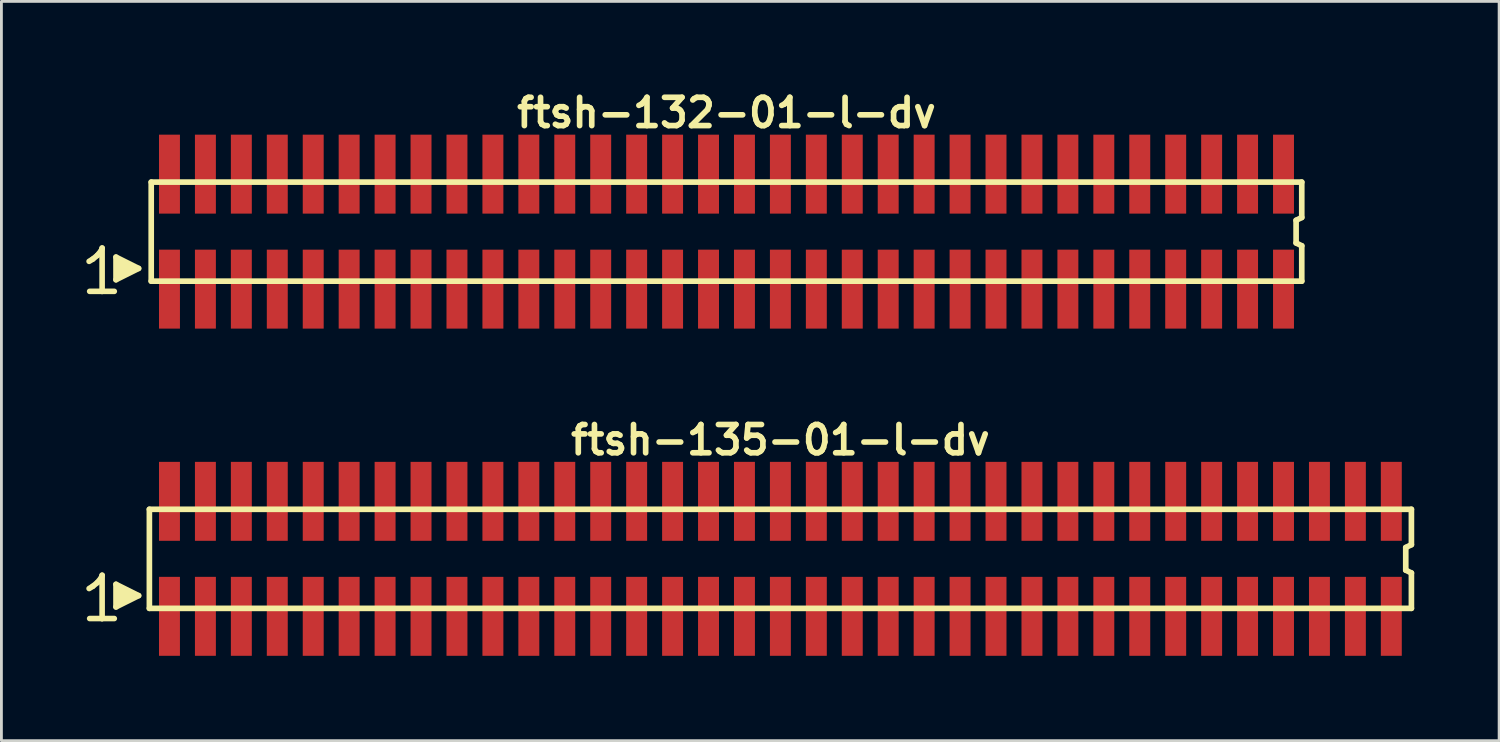
<source format=kicad_pcb>
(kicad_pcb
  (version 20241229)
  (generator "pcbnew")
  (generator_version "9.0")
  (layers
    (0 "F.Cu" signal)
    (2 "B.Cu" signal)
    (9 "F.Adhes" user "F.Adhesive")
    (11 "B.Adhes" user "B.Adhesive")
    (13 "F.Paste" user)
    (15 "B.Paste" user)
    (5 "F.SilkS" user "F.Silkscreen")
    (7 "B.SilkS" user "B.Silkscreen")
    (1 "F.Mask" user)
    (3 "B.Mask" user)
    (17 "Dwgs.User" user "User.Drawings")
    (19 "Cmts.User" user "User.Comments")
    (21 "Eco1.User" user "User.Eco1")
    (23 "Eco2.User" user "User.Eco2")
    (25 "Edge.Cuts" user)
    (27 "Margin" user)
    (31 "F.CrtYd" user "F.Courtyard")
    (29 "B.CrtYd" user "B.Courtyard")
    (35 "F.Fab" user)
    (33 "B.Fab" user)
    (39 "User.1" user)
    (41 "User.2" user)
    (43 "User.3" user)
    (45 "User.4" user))
  (footprint "ftsh-132-01-l-dv"
    (layer "F.Cu")
    (at 22.624 5.136)
    (property "Reference" "ftsh-132-01-l-dv" (at 0 -4.2 0) (layer "F.SilkS") (effects (font (size 1 1) (thickness 0.2))))
    (attr through_hole)
    (fp_line (start -22.525 1.05) (end -22.395 0.97) (stroke (width 0.198) (type solid)) (layer "F.SilkS"))
    (fp_line (start -22.395 0.97) (end -22.235 0.84) (stroke (width 0.198) (type solid)) (layer "F.SilkS"))
    (fp_line (start -22.235 0.84) (end -22.095 0.67) (stroke (width 0.198) (type solid)) (layer "F.SilkS"))
    (fp_line (start -22.095 0.67) (end -22.065 0.58) (stroke (width 0.198) (type solid)) (layer "F.SilkS"))
    (fp_line (start -22.065 0.58) (end -22.065 2.11) (stroke (width 0.198) (type solid)) (layer "F.SilkS"))
    (fp_line (start -22.065 2.11) (end -22.505 2.11) (stroke (width 0.198) (type solid)) (layer "F.SilkS"))
    (fp_line (start -21.635 2.11) (end -22.075 2.11) (stroke (width 0.198) (type solid)) (layer "F.SilkS"))
    (fp_line (start -21.575 0.9) (end -20.775 1.3) (stroke (width 0.198) (type solid)) (layer "F.SilkS"))
    (fp_line (start -21.575 1.7) (end -21.575 0.9) (stroke (width 0.198) (type solid)) (layer "F.SilkS"))
    (fp_line (start -21.475 1.6) (end -21.475 1) (stroke (width 0.198) (type solid)) (layer "F.SilkS"))
    (fp_line (start -21.375 1.1) (end -21.375 1.5) (stroke (width 0.198) (type solid)) (layer "F.SilkS"))
    (fp_line (start -21.275 1.5) (end -21.275 1.1) (stroke (width 0.198) (type solid)) (layer "F.SilkS"))
    (fp_line (start -21.175 1.2) (end -21.175 1.4) (stroke (width 0.198) (type solid)) (layer "F.SilkS"))
    (fp_line (start -21.075 1.4) (end -21.075 1.2) (stroke (width 0.198) (type solid)) (layer "F.SilkS"))
    (fp_line (start -20.775 1.3) (end -21.575 1.7) (stroke (width 0.198) (type solid)) (layer "F.SilkS"))
    (fp_line (start -20.33 -1.75) (end -20.33 1.75) (stroke (width 0.2) (type solid)) (layer "F.SilkS"))
    (fp_line (start -20.33 -1.75) (end 20.33 -1.75) (stroke (width 0.2) (type solid)) (layer "F.SilkS"))
    (fp_line (start -20.33 1.75) (end 20.33 1.75) (stroke (width 0.2) (type solid)) (layer "F.SilkS"))
    (fp_line (start 20.13 -0.4) (end 20.13 0.4) (stroke (width 0.2) (type solid)) (layer "F.SilkS"))
    (fp_line (start 20.13 0.4) (end 20.33 0.5) (stroke (width 0.2) (type solid)) (layer "F.SilkS"))
    (fp_line (start 20.33 -0.5) (end 20.13 -0.4) (stroke (width 0.2) (type solid)) (layer "F.SilkS"))
    (fp_line (start 20.33 -0.5) (end 20.33 -1.75) (stroke (width 0.2) (type solid)) (layer "F.SilkS"))
    (fp_line (start 20.33 0.5) (end 20.33 1.75) (stroke (width 0.2) (type solid)) (layer "F.SilkS"))
    (pad "1" smd rect (at -19.685 2.032) (size 0.74 2.79) (layers "F.Cu" "F.Mask" "F.Paste"))
    (pad "2" smd rect (at -19.685 -2.032) (size 0.74 2.79) (layers "F.Cu" "F.Mask" "F.Paste"))
    (pad "3" smd rect (at -18.415 2.032) (size 0.74 2.79) (layers "F.Cu" "F.Mask" "F.Paste"))
    (pad "4" smd rect (at -18.415 -2.032) (size 0.74 2.79) (layers "F.Cu" "F.Mask" "F.Paste"))
    (pad "5" smd rect (at -17.145 2.032) (size 0.74 2.79) (layers "F.Cu" "F.Mask" "F.Paste"))
    (pad "6" smd rect (at -17.145 -2.032) (size 0.74 2.79) (layers "F.Cu" "F.Mask" "F.Paste"))
    (pad "7" smd rect (at -15.875 2.032) (size 0.74 2.79) (layers "F.Cu" "F.Mask" "F.Paste"))
    (pad "8" smd rect (at -15.875 -2.032) (size 0.74 2.79) (layers "F.Cu" "F.Mask" "F.Paste"))
    (pad "9" smd rect (at -14.605 2.032) (size 0.74 2.79) (layers "F.Cu" "F.Mask" "F.Paste"))
    (pad "10" smd rect (at -14.605 -2.032) (size 0.74 2.79) (layers "F.Cu" "F.Mask" "F.Paste"))
    (pad "11" smd rect (at -13.335 2.032) (size 0.74 2.79) (layers "F.Cu" "F.Mask" "F.Paste"))
    (pad "12" smd rect (at -13.335 -2.032) (size 0.74 2.79) (layers "F.Cu" "F.Mask" "F.Paste"))
    (pad "13" smd rect (at -12.065 2.032) (size 0.74 2.79) (layers "F.Cu" "F.Mask" "F.Paste"))
    (pad "14" smd rect (at -12.065 -2.032) (size 0.74 2.79) (layers "F.Cu" "F.Mask" "F.Paste"))
    (pad "15" smd rect (at -10.795 2.032) (size 0.74 2.79) (layers "F.Cu" "F.Mask" "F.Paste"))
    (pad "16" smd rect (at -10.795 -2.032) (size 0.74 2.79) (layers "F.Cu" "F.Mask" "F.Paste"))
    (pad "17" smd rect (at -9.525 2.032) (size 0.74 2.79) (layers "F.Cu" "F.Mask" "F.Paste"))
    (pad "18" smd rect (at -9.525 -2.032) (size 0.74 2.79) (layers "F.Cu" "F.Mask" "F.Paste"))
    (pad "19" smd rect (at -8.255 2.032) (size 0.74 2.79) (layers "F.Cu" "F.Mask" "F.Paste"))
    (pad "20" smd rect (at -8.255 -2.032) (size 0.74 2.79) (layers "F.Cu" "F.Mask" "F.Paste"))
    (pad "21" smd rect (at -6.985 2.032) (size 0.74 2.79) (layers "F.Cu" "F.Mask" "F.Paste"))
    (pad "22" smd rect (at -6.985 -2.032) (size 0.74 2.79) (layers "F.Cu" "F.Mask" "F.Paste"))
    (pad "23" smd rect (at -5.715 2.032) (size 0.74 2.79) (layers "F.Cu" "F.Mask" "F.Paste"))
    (pad "24" smd rect (at -5.715 -2.032) (size 0.74 2.79) (layers "F.Cu" "F.Mask" "F.Paste"))
    (pad "25" smd rect (at -4.445 2.032) (size 0.74 2.79) (layers "F.Cu" "F.Mask" "F.Paste"))
    (pad "26" smd rect (at -4.445 -2.032) (size 0.74 2.79) (layers "F.Cu" "F.Mask" "F.Paste"))
    (pad "27" smd rect (at -3.175 2.032) (size 0.74 2.79) (layers "F.Cu" "F.Mask" "F.Paste"))
    (pad "28" smd rect (at -3.175 -2.032) (size 0.74 2.79) (layers "F.Cu" "F.Mask" "F.Paste"))
    (pad "29" smd rect (at -1.905 2.032) (size 0.74 2.79) (layers "F.Cu" "F.Mask" "F.Paste"))
    (pad "30" smd rect (at -1.905 -2.032) (size 0.74 2.79) (layers "F.Cu" "F.Mask" "F.Paste"))
    (pad "31" smd rect (at -0.635 2.032) (size 0.74 2.79) (layers "F.Cu" "F.Mask" "F.Paste"))
    (pad "32" smd rect (at -0.635 -2.032) (size 0.74 2.79) (layers "F.Cu" "F.Mask" "F.Paste"))
    (pad "33" smd rect (at 0.635 2.032) (size 0.74 2.79) (layers "F.Cu" "F.Mask" "F.Paste"))
    (pad "34" smd rect (at 0.635 -2.032) (size 0.74 2.79) (layers "F.Cu" "F.Mask" "F.Paste"))
    (pad "35" smd rect (at 1.905 2.032) (size 0.74 2.79) (layers "F.Cu" "F.Mask" "F.Paste"))
    (pad "36" smd rect (at 1.905 -2.032) (size 0.74 2.79) (layers "F.Cu" "F.Mask" "F.Paste"))
    (pad "37" smd rect (at 3.175 2.032) (size 0.74 2.79) (layers "F.Cu" "F.Mask" "F.Paste"))
    (pad "38" smd rect (at 3.175 -2.032) (size 0.74 2.79) (layers "F.Cu" "F.Mask" "F.Paste"))
    (pad "39" smd rect (at 4.445 2.032) (size 0.74 2.79) (layers "F.Cu" "F.Mask" "F.Paste"))
    (pad "40" smd rect (at 4.445 -2.032) (size 0.74 2.79) (layers "F.Cu" "F.Mask" "F.Paste"))
    (pad "41" smd rect (at 5.715 2.032) (size 0.74 2.79) (layers "F.Cu" "F.Mask" "F.Paste"))
    (pad "42" smd rect (at 5.715 -2.032) (size 0.74 2.79) (layers "F.Cu" "F.Mask" "F.Paste"))
    (pad "43" smd rect (at 6.985 2.032) (size 0.74 2.79) (layers "F.Cu" "F.Mask" "F.Paste"))
    (pad "44" smd rect (at 6.985 -2.032) (size 0.74 2.79) (layers "F.Cu" "F.Mask" "F.Paste"))
    (pad "45" smd rect (at 8.255 2.032) (size 0.74 2.79) (layers "F.Cu" "F.Mask" "F.Paste"))
    (pad "46" smd rect (at 8.255 -2.032) (size 0.74 2.79) (layers "F.Cu" "F.Mask" "F.Paste"))
    (pad "47" smd rect (at 9.525 2.032) (size 0.74 2.79) (layers "F.Cu" "F.Mask" "F.Paste"))
    (pad "48" smd rect (at 9.525 -2.032) (size 0.74 2.79) (layers "F.Cu" "F.Mask" "F.Paste"))
    (pad "49" smd rect (at 10.795 2.032) (size 0.74 2.79) (layers "F.Cu" "F.Mask" "F.Paste"))
    (pad "50" smd rect (at 10.795 -2.032) (size 0.74 2.79) (layers "F.Cu" "F.Mask" "F.Paste"))
    (pad "51" smd rect (at 12.065 2.032) (size 0.74 2.79) (layers "F.Cu" "F.Mask" "F.Paste"))
    (pad "52" smd rect (at 12.065 -2.032) (size 0.74 2.79) (layers "F.Cu" "F.Mask" "F.Paste"))
    (pad "53" smd rect (at 13.335 2.032) (size 0.74 2.79) (layers "F.Cu" "F.Mask" "F.Paste"))
    (pad "54" smd rect (at 13.335 -2.032) (size 0.74 2.79) (layers "F.Cu" "F.Mask" "F.Paste"))
    (pad "55" smd rect (at 14.605 2.032) (size 0.74 2.79) (layers "F.Cu" "F.Mask" "F.Paste"))
    (pad "56" smd rect (at 14.605 -2.032) (size 0.74 2.79) (layers "F.Cu" "F.Mask" "F.Paste"))
    (pad "57" smd rect (at 15.875 2.032) (size 0.74 2.79) (layers "F.Cu" "F.Mask" "F.Paste"))
    (pad "58" smd rect (at 15.875 -2.032) (size 0.74 2.79) (layers "F.Cu" "F.Mask" "F.Paste"))
    (pad "59" smd rect (at 17.145 2.032) (size 0.74 2.79) (layers "F.Cu" "F.Mask" "F.Paste"))
    (pad "60" smd rect (at 17.145 -2.032) (size 0.74 2.79) (layers "F.Cu" "F.Mask" "F.Paste"))
    (pad "61" smd rect (at 18.415 2.032) (size 0.74 2.79) (layers "F.Cu" "F.Mask" "F.Paste"))
    (pad "62" smd rect (at 18.415 -2.032) (size 0.74 2.79) (layers "F.Cu" "F.Mask" "F.Paste"))
    (pad "63" smd rect (at 19.685 2.032) (size 0.74 2.79) (layers "F.Cu" "F.Mask" "F.Paste"))
    (pad "64" smd rect (at 19.685 -2.032) (size 0.74 2.79) (layers "F.Cu" "F.Mask" "F.Paste")))
  (footprint "ftsh-135-01-l-dv"
    (layer "F.Cu")
    (at 24.529 16.699)
    (property "Reference" "ftsh-135-01-l-dv" (at 0 -4.2 0) (layer "F.SilkS") (effects (font (size 1 1) (thickness 0.2))))
    (attr through_hole)
    (fp_line (start -24.43 1.05) (end -24.3 0.97) (stroke (width 0.198) (type solid)) (layer "F.SilkS"))
    (fp_line (start -24.3 0.97) (end -24.14 0.84) (stroke (width 0.198) (type solid)) (layer "F.SilkS"))
    (fp_line (start -24.14 0.84) (end -24 0.67) (stroke (width 0.198) (type solid)) (layer "F.SilkS"))
    (fp_line (start -24 0.67) (end -23.97 0.58) (stroke (width 0.198) (type solid)) (layer "F.SilkS"))
    (fp_line (start -23.97 0.58) (end -23.97 2.11) (stroke (width 0.198) (type solid)) (layer "F.SilkS"))
    (fp_line (start -23.97 2.11) (end -24.41 2.11) (stroke (width 0.198) (type solid)) (layer "F.SilkS"))
    (fp_line (start -23.54 2.11) (end -23.98 2.11) (stroke (width 0.198) (type solid)) (layer "F.SilkS"))
    (fp_line (start -23.48 0.9) (end -22.68 1.3) (stroke (width 0.198) (type solid)) (layer "F.SilkS"))
    (fp_line (start -23.48 1.7) (end -23.48 0.9) (stroke (width 0.198) (type solid)) (layer "F.SilkS"))
    (fp_line (start -23.38 1.6) (end -23.38 1) (stroke (width 0.198) (type solid)) (layer "F.SilkS"))
    (fp_line (start -23.28 1.1) (end -23.28 1.5) (stroke (width 0.198) (type solid)) (layer "F.SilkS"))
    (fp_line (start -23.18 1.5) (end -23.18 1.1) (stroke (width 0.198) (type solid)) (layer "F.SilkS"))
    (fp_line (start -23.08 1.2) (end -23.08 1.4) (stroke (width 0.198) (type solid)) (layer "F.SilkS"))
    (fp_line (start -22.98 1.4) (end -22.98 1.2) (stroke (width 0.198) (type solid)) (layer "F.SilkS"))
    (fp_line (start -22.68 1.3) (end -23.48 1.7) (stroke (width 0.198) (type solid)) (layer "F.SilkS"))
    (fp_line (start -22.3 -1.75) (end -22.3 1.75) (stroke (width 0.2) (type solid)) (layer "F.SilkS"))
    (fp_line (start -22.3 -1.75) (end 22.3 -1.75) (stroke (width 0.2) (type solid)) (layer "F.SilkS"))
    (fp_line (start -22.3 1.75) (end 22.3 1.75) (stroke (width 0.2) (type solid)) (layer "F.SilkS"))
    (fp_line (start 22.1 -0.4) (end 22.1 0.4) (stroke (width 0.2) (type solid)) (layer "F.SilkS"))
    (fp_line (start 22.1 0.4) (end 22.3 0.5) (stroke (width 0.2) (type solid)) (layer "F.SilkS"))
    (fp_line (start 22.3 -0.5) (end 22.1 -0.4) (stroke (width 0.2) (type solid)) (layer "F.SilkS"))
    (fp_line (start 22.3 -0.5) (end 22.3 -1.75) (stroke (width 0.2) (type solid)) (layer "F.SilkS"))
    (fp_line (start 22.3 0.5) (end 22.3 1.75) (stroke (width 0.2) (type solid)) (layer "F.SilkS"))
    (pad "1" smd rect (at -21.59 2.032) (size 0.74 2.79) (layers "F.Cu" "F.Mask" "F.Paste"))
    (pad "2" smd rect (at -21.59 -2.032) (size 0.74 2.79) (layers "F.Cu" "F.Mask" "F.Paste"))
    (pad "3" smd rect (at -20.32 2.032) (size 0.74 2.79) (layers "F.Cu" "F.Mask" "F.Paste"))
    (pad "4" smd rect (at -20.32 -2.032) (size 0.74 2.79) (layers "F.Cu" "F.Mask" "F.Paste"))
    (pad "5" smd rect (at -19.05 2.032) (size 0.74 2.79) (layers "F.Cu" "F.Mask" "F.Paste"))
    (pad "6" smd rect (at -19.05 -2.032) (size 0.74 2.79) (layers "F.Cu" "F.Mask" "F.Paste"))
    (pad "7" smd rect (at -17.78 2.032) (size 0.74 2.79) (layers "F.Cu" "F.Mask" "F.Paste"))
    (pad "8" smd rect (at -17.78 -2.032) (size 0.74 2.79) (layers "F.Cu" "F.Mask" "F.Paste"))
    (pad "9" smd rect (at -16.51 2.032) (size 0.74 2.79) (layers "F.Cu" "F.Mask" "F.Paste"))
    (pad "10" smd rect (at -16.51 -2.032) (size 0.74 2.79) (layers "F.Cu" "F.Mask" "F.Paste"))
    (pad "11" smd rect (at -15.24 2.032) (size 0.74 2.79) (layers "F.Cu" "F.Mask" "F.Paste"))
    (pad "12" smd rect (at -15.24 -2.032) (size 0.74 2.79) (layers "F.Cu" "F.Mask" "F.Paste"))
    (pad "13" smd rect (at -13.97 2.032) (size 0.74 2.79) (layers "F.Cu" "F.Mask" "F.Paste"))
    (pad "14" smd rect (at -13.97 -2.032) (size 0.74 2.79) (layers "F.Cu" "F.Mask" "F.Paste"))
    (pad "15" smd rect (at -12.7 2.032) (size 0.74 2.79) (layers "F.Cu" "F.Mask" "F.Paste"))
    (pad "16" smd rect (at -12.7 -2.032) (size 0.74 2.79) (layers "F.Cu" "F.Mask" "F.Paste"))
    (pad "17" smd rect (at -11.43 2.032) (size 0.74 2.79) (layers "F.Cu" "F.Mask" "F.Paste"))
    (pad "18" smd rect (at -11.43 -2.032) (size 0.74 2.79) (layers "F.Cu" "F.Mask" "F.Paste"))
    (pad "19" smd rect (at -10.16 2.032) (size 0.74 2.79) (layers "F.Cu" "F.Mask" "F.Paste"))
    (pad "20" smd rect (at -10.16 -2.032) (size 0.74 2.79) (layers "F.Cu" "F.Mask" "F.Paste"))
    (pad "21" smd rect (at -8.89 2.032) (size 0.74 2.79) (layers "F.Cu" "F.Mask" "F.Paste"))
    (pad "22" smd rect (at -8.89 -2.032) (size 0.74 2.79) (layers "F.Cu" "F.Mask" "F.Paste"))
    (pad "23" smd rect (at -7.62 2.032) (size 0.74 2.79) (layers "F.Cu" "F.Mask" "F.Paste"))
    (pad "24" smd rect (at -7.62 -2.032) (size 0.74 2.79) (layers "F.Cu" "F.Mask" "F.Paste"))
    (pad "25" smd rect (at -6.35 2.032) (size 0.74 2.79) (layers "F.Cu" "F.Mask" "F.Paste"))
    (pad "26" smd rect (at -6.35 -2.032) (size 0.74 2.79) (layers "F.Cu" "F.Mask" "F.Paste"))
    (pad "27" smd rect (at -5.08 2.032) (size 0.74 2.79) (layers "F.Cu" "F.Mask" "F.Paste"))
    (pad "28" smd rect (at -5.08 -2.032) (size 0.74 2.79) (layers "F.Cu" "F.Mask" "F.Paste"))
    (pad "29" smd rect (at -3.81 2.032) (size 0.74 2.79) (layers "F.Cu" "F.Mask" "F.Paste"))
    (pad "30" smd rect (at -3.81 -2.032) (size 0.74 2.79) (layers "F.Cu" "F.Mask" "F.Paste"))
    (pad "31" smd rect (at -2.54 2.032) (size 0.74 2.79) (layers "F.Cu" "F.Mask" "F.Paste"))
    (pad "32" smd rect (at -2.54 -2.032) (size 0.74 2.79) (layers "F.Cu" "F.Mask" "F.Paste"))
    (pad "33" smd rect (at -1.27 2.032) (size 0.74 2.79) (layers "F.Cu" "F.Mask" "F.Paste"))
    (pad "34" smd rect (at -1.27 -2.032) (size 0.74 2.79) (layers "F.Cu" "F.Mask" "F.Paste"))
    (pad "35" smd rect (at 0 2.032) (size 0.74 2.79) (layers "F.Cu" "F.Mask" "F.Paste"))
    (pad "36" smd rect (at 0 -2.032) (size 0.74 2.79) (layers "F.Cu" "F.Mask" "F.Paste"))
    (pad "37" smd rect (at 1.27 2.032) (size 0.74 2.79) (layers "F.Cu" "F.Mask" "F.Paste"))
    (pad "38" smd rect (at 1.27 -2.032) (size 0.74 2.79) (layers "F.Cu" "F.Mask" "F.Paste"))
    (pad "39" smd rect (at 2.54 2.032) (size 0.74 2.79) (layers "F.Cu" "F.Mask" "F.Paste"))
    (pad "40" smd rect (at 2.54 -2.032) (size 0.74 2.79) (layers "F.Cu" "F.Mask" "F.Paste"))
    (pad "41" smd rect (at 3.81 2.032) (size 0.74 2.79) (layers "F.Cu" "F.Mask" "F.Paste"))
    (pad "42" smd rect (at 3.81 -2.032) (size 0.74 2.79) (layers "F.Cu" "F.Mask" "F.Paste"))
    (pad "43" smd rect (at 5.08 2.032) (size 0.74 2.79) (layers "F.Cu" "F.Mask" "F.Paste"))
    (pad "44" smd rect (at 5.08 -2.032) (size 0.74 2.79) (layers "F.Cu" "F.Mask" "F.Paste"))
    (pad "45" smd rect (at 6.35 2.032) (size 0.74 2.79) (layers "F.Cu" "F.Mask" "F.Paste"))
    (pad "46" smd rect (at 6.35 -2.032) (size 0.74 2.79) (layers "F.Cu" "F.Mask" "F.Paste"))
    (pad "47" smd rect (at 7.62 2.032) (size 0.74 2.79) (layers "F.Cu" "F.Mask" "F.Paste"))
    (pad "48" smd rect (at 7.62 -2.032) (size 0.74 2.79) (layers "F.Cu" "F.Mask" "F.Paste"))
    (pad "49" smd rect (at 8.89 2.032) (size 0.74 2.79) (layers "F.Cu" "F.Mask" "F.Paste"))
    (pad "50" smd rect (at 8.89 -2.032) (size 0.74 2.79) (layers "F.Cu" "F.Mask" "F.Paste"))
    (pad "51" smd rect (at 10.16 2.032) (size 0.74 2.79) (layers "F.Cu" "F.Mask" "F.Paste"))
    (pad "52" smd rect (at 10.16 -2.032) (size 0.74 2.79) (layers "F.Cu" "F.Mask" "F.Paste"))
    (pad "53" smd rect (at 11.43 2.032) (size 0.74 2.79) (layers "F.Cu" "F.Mask" "F.Paste"))
    (pad "54" smd rect (at 11.43 -2.032) (size 0.74 2.79) (layers "F.Cu" "F.Mask" "F.Paste"))
    (pad "55" smd rect (at 12.7 2.032) (size 0.74 2.79) (layers "F.Cu" "F.Mask" "F.Paste"))
    (pad "56" smd rect (at 12.7 -2.032) (size 0.74 2.79) (layers "F.Cu" "F.Mask" "F.Paste"))
    (pad "57" smd rect (at 13.97 2.032) (size 0.74 2.79) (layers "F.Cu" "F.Mask" "F.Paste"))
    (pad "58" smd rect (at 13.97 -2.032) (size 0.74 2.79) (layers "F.Cu" "F.Mask" "F.Paste"))
    (pad "59" smd rect (at 15.24 2.032) (size 0.74 2.79) (layers "F.Cu" "F.Mask" "F.Paste"))
    (pad "60" smd rect (at 15.24 -2.032) (size 0.74 2.79) (layers "F.Cu" "F.Mask" "F.Paste"))
    (pad "61" smd rect (at 16.51 2.032) (size 0.74 2.79) (layers "F.Cu" "F.Mask" "F.Paste"))
    (pad "62" smd rect (at 16.51 -2.032) (size 0.74 2.79) (layers "F.Cu" "F.Mask" "F.Paste"))
    (pad "63" smd rect (at 17.78 2.032) (size 0.74 2.79) (layers "F.Cu" "F.Mask" "F.Paste"))
    (pad "64" smd rect (at 17.78 -2.032) (size 0.74 2.79) (layers "F.Cu" "F.Mask" "F.Paste"))
    (pad "65" smd rect (at 19.05 2.032) (size 0.74 2.79) (layers "F.Cu" "F.Mask" "F.Paste"))
    (pad "66" smd rect (at 19.05 -2.032) (size 0.74 2.79) (layers "F.Cu" "F.Mask" "F.Paste"))
    (pad "67" smd rect (at 20.32 2.032) (size 0.74 2.79) (layers "F.Cu" "F.Mask" "F.Paste"))
    (pad "68" smd rect (at 20.32 -2.032) (size 0.74 2.79) (layers "F.Cu" "F.Mask" "F.Paste"))
    (pad "69" smd rect (at 21.59 2.032) (size 0.74 2.79) (layers "F.Cu" "F.Mask" "F.Paste"))
    (pad "70" smd rect (at 21.59 -2.032) (size 0.74 2.79) (layers "F.Cu" "F.Mask" "F.Paste")))
  (gr_rect
    (start -3 -3)
    (end 49.929 23.126)
    (stroke (width 0.1) (type default))
    (fill no)
    (layer "Edge.Cuts")))
</source>
